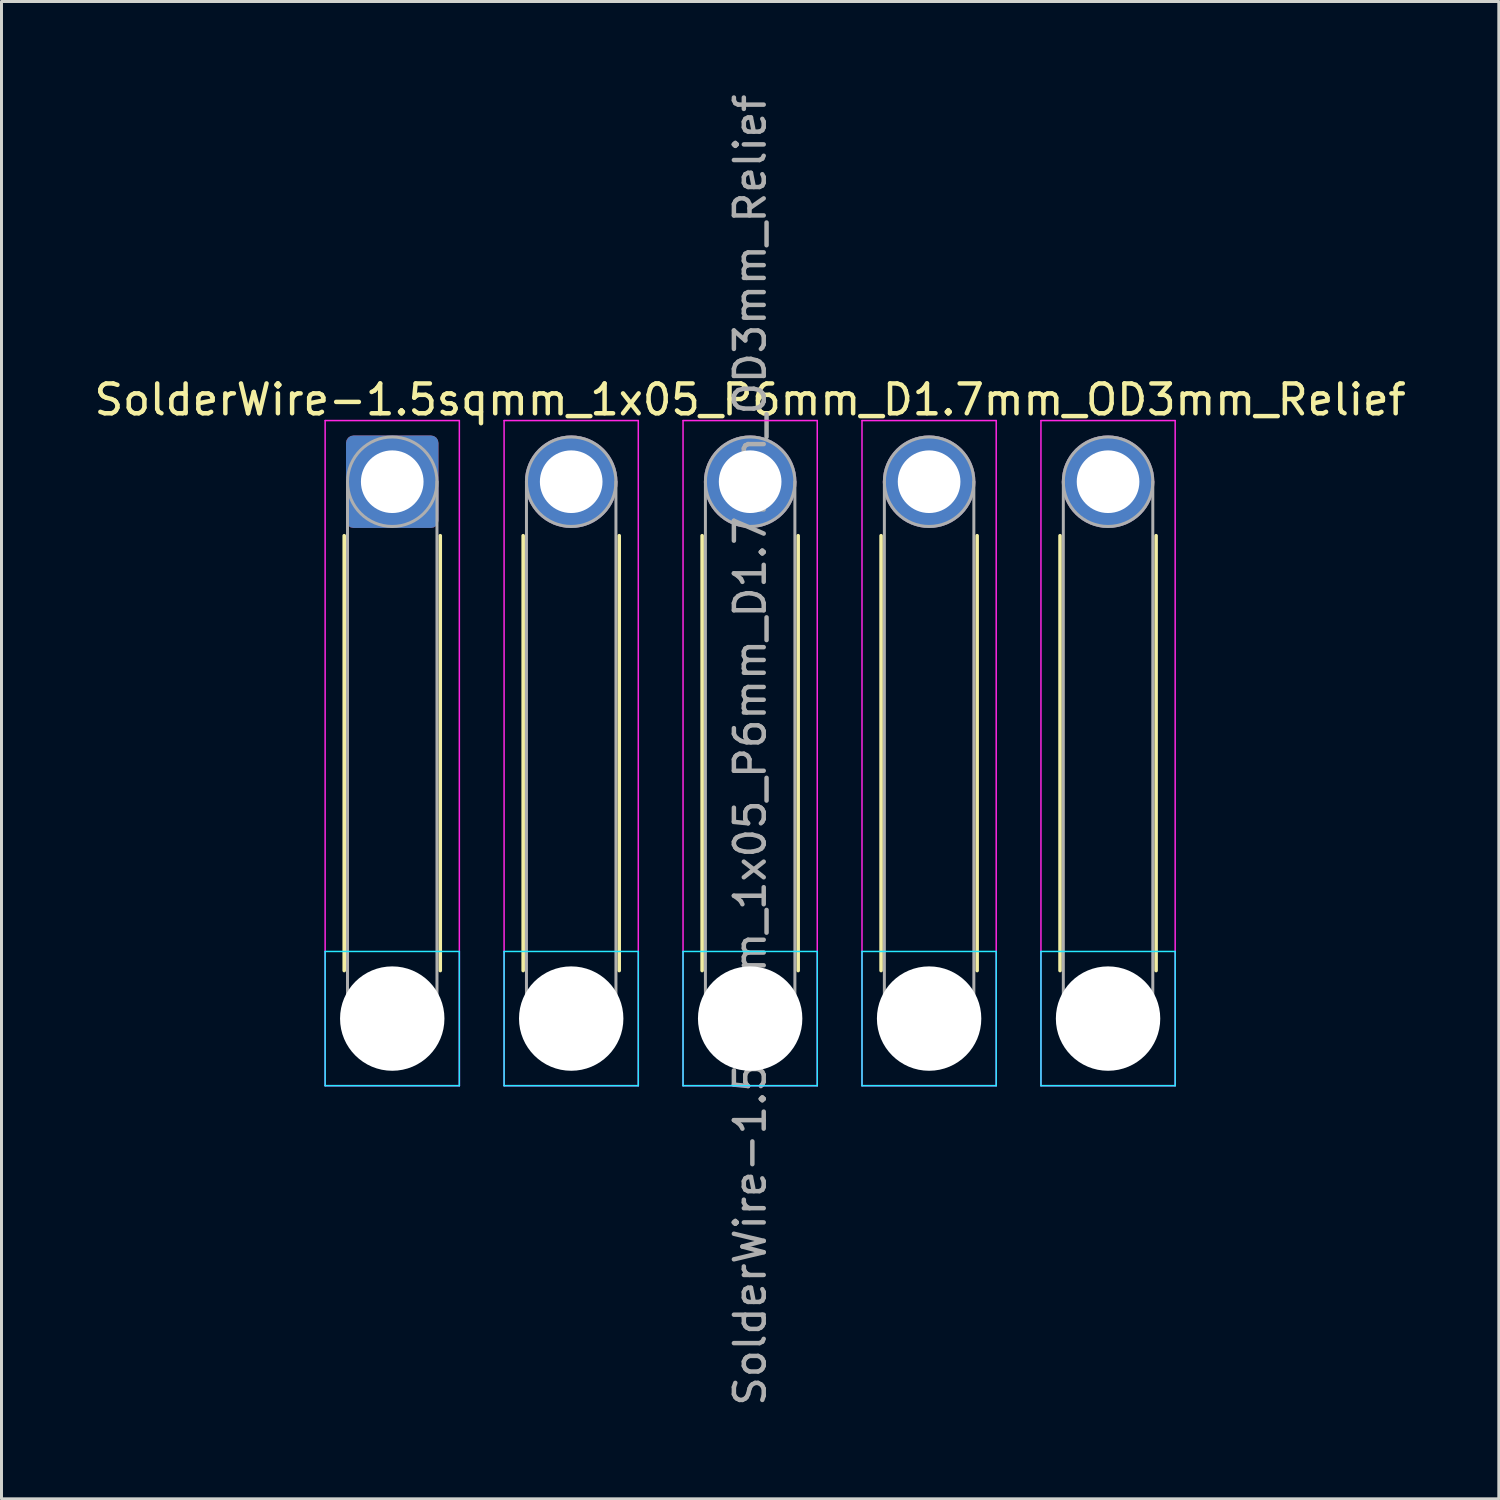
<source format=kicad_pcb>
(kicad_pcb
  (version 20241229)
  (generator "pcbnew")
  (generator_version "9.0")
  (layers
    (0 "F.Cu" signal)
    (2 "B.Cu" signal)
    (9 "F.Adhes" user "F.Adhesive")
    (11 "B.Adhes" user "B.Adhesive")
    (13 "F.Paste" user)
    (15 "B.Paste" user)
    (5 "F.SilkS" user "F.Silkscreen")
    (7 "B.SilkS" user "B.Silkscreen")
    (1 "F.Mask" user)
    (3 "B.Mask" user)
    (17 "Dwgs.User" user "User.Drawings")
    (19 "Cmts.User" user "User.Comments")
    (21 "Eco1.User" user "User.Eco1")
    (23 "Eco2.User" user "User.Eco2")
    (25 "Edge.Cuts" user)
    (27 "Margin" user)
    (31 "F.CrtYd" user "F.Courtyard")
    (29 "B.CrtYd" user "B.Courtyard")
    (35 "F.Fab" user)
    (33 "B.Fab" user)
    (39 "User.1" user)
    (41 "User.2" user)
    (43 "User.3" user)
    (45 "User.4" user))
  (footprint "SolderWire-1.5sqmm_1x05_P6mm_D1.7mm_OD3mm_Relief"
    (layer "F.Cu")
    (at 10.101 13.101)
    (property "Reference" "SolderWire-1.5sqmm_1x05_P6mm_D1.7mm_OD3mm_Relief" (at 12 -2.75 0) (layer "F.SilkS") (effects (font (size 1 1) (thickness 0.15))))
    (attr exclude_from_pos_files exclude_from_bom)
    (fp_line (start -1.61 1.81) (end -1.61 16.39) (stroke (width 0.12) (type solid)) (layer "F.SilkS"))
    (fp_line (start 1.61 1.81) (end 1.61 16.39) (stroke (width 0.12) (type solid)) (layer "F.SilkS"))
    (fp_line (start 4.39 1.81) (end 4.39 16.39) (stroke (width 0.12) (type solid)) (layer "F.SilkS"))
    (fp_line (start 7.61 1.81) (end 7.61 16.39) (stroke (width 0.12) (type solid)) (layer "F.SilkS"))
    (fp_line (start 10.39 1.81) (end 10.39 16.39) (stroke (width 0.12) (type solid)) (layer "F.SilkS"))
    (fp_line (start 13.61 1.81) (end 13.61 16.39) (stroke (width 0.12) (type solid)) (layer "F.SilkS"))
    (fp_line (start 16.39 1.81) (end 16.39 16.39) (stroke (width 0.12) (type solid)) (layer "F.SilkS"))
    (fp_line (start 19.61 1.81) (end 19.61 16.39) (stroke (width 0.12) (type solid)) (layer "F.SilkS"))
    (fp_line (start 22.39 1.81) (end 22.39 16.39) (stroke (width 0.12) (type solid)) (layer "F.SilkS"))
    (fp_line (start 25.61 1.81) (end 25.61 16.39) (stroke (width 0.12) (type solid)) (layer "F.SilkS"))
    (fp_line (start -2.25 15.75) (end -2.25 20.25) (stroke (width 0.05) (type solid)) (layer "B.CrtYd"))
    (fp_line (start -2.25 20.25) (end 2.25 20.25) (stroke (width 0.05) (type solid)) (layer "B.CrtYd"))
    (fp_line (start 2.25 15.75) (end -2.25 15.75) (stroke (width 0.05) (type solid)) (layer "B.CrtYd"))
    (fp_line (start 2.25 20.25) (end 2.25 15.75) (stroke (width 0.05) (type solid)) (layer "B.CrtYd"))
    (fp_line (start 3.75 15.75) (end 3.75 20.25) (stroke (width 0.05) (type solid)) (layer "B.CrtYd"))
    (fp_line (start 3.75 20.25) (end 8.25 20.25) (stroke (width 0.05) (type solid)) (layer "B.CrtYd"))
    (fp_line (start 8.25 15.75) (end 3.75 15.75) (stroke (width 0.05) (type solid)) (layer "B.CrtYd"))
    (fp_line (start 8.25 20.25) (end 8.25 15.75) (stroke (width 0.05) (type solid)) (layer "B.CrtYd"))
    (fp_line (start 9.75 15.75) (end 9.75 20.25) (stroke (width 0.05) (type solid)) (layer "B.CrtYd"))
    (fp_line (start 9.75 20.25) (end 14.25 20.25) (stroke (width 0.05) (type solid)) (layer "B.CrtYd"))
    (fp_line (start 14.25 15.75) (end 9.75 15.75) (stroke (width 0.05) (type solid)) (layer "B.CrtYd"))
    (fp_line (start 14.25 20.25) (end 14.25 15.75) (stroke (width 0.05) (type solid)) (layer "B.CrtYd"))
    (fp_line (start 15.75 15.75) (end 15.75 20.25) (stroke (width 0.05) (type solid)) (layer "B.CrtYd"))
    (fp_line (start 15.75 20.25) (end 20.25 20.25) (stroke (width 0.05) (type solid)) (layer "B.CrtYd"))
    (fp_line (start 20.25 15.75) (end 15.75 15.75) (stroke (width 0.05) (type solid)) (layer "B.CrtYd"))
    (fp_line (start 20.25 20.25) (end 20.25 15.75) (stroke (width 0.05) (type solid)) (layer "B.CrtYd"))
    (fp_line (start 21.75 15.75) (end 21.75 20.25) (stroke (width 0.05) (type solid)) (layer "B.CrtYd"))
    (fp_line (start 21.75 20.25) (end 26.25 20.25) (stroke (width 0.05) (type solid)) (layer "B.CrtYd"))
    (fp_line (start 26.25 15.75) (end 21.75 15.75) (stroke (width 0.05) (type solid)) (layer "B.CrtYd"))
    (fp_line (start 26.25 20.25) (end 26.25 15.75) (stroke (width 0.05) (type solid)) (layer "B.CrtYd"))
    (fp_line (start -2.25 -2.05) (end -2.25 20.25) (stroke (width 0.05) (type solid)) (layer "F.CrtYd"))
    (fp_line (start -2.25 20.25) (end 2.25 20.25) (stroke (width 0.05) (type solid)) (layer "F.CrtYd"))
    (fp_line (start 2.25 -2.05) (end -2.25 -2.05) (stroke (width 0.05) (type solid)) (layer "F.CrtYd"))
    (fp_line (start 2.25 20.25) (end 2.25 -2.05) (stroke (width 0.05) (type solid)) (layer "F.CrtYd"))
    (fp_line (start 3.75 -2.05) (end 3.75 20.25) (stroke (width 0.05) (type solid)) (layer "F.CrtYd"))
    (fp_line (start 3.75 20.25) (end 8.25 20.25) (stroke (width 0.05) (type solid)) (layer "F.CrtYd"))
    (fp_line (start 8.25 -2.05) (end 3.75 -2.05) (stroke (width 0.05) (type solid)) (layer "F.CrtYd"))
    (fp_line (start 8.25 20.25) (end 8.25 -2.05) (stroke (width 0.05) (type solid)) (layer "F.CrtYd"))
    (fp_line (start 9.75 -2.05) (end 9.75 20.25) (stroke (width 0.05) (type solid)) (layer "F.CrtYd"))
    (fp_line (start 9.75 20.25) (end 14.25 20.25) (stroke (width 0.05) (type solid)) (layer "F.CrtYd"))
    (fp_line (start 14.25 -2.05) (end 9.75 -2.05) (stroke (width 0.05) (type solid)) (layer "F.CrtYd"))
    (fp_line (start 14.25 20.25) (end 14.25 -2.05) (stroke (width 0.05) (type solid)) (layer "F.CrtYd"))
    (fp_line (start 15.75 -2.05) (end 15.75 20.25) (stroke (width 0.05) (type solid)) (layer "F.CrtYd"))
    (fp_line (start 15.75 20.25) (end 20.25 20.25) (stroke (width 0.05) (type solid)) (layer "F.CrtYd"))
    (fp_line (start 20.25 -2.05) (end 15.75 -2.05) (stroke (width 0.05) (type solid)) (layer "F.CrtYd"))
    (fp_line (start 20.25 20.25) (end 20.25 -2.05) (stroke (width 0.05) (type solid)) (layer "F.CrtYd"))
    (fp_line (start 21.75 -2.05) (end 21.75 20.25) (stroke (width 0.05) (type solid)) (layer "F.CrtYd"))
    (fp_line (start 21.75 20.25) (end 26.25 20.25) (stroke (width 0.05) (type solid)) (layer "F.CrtYd"))
    (fp_line (start 26.25 -2.05) (end 21.75 -2.05) (stroke (width 0.05) (type solid)) (layer "F.CrtYd"))
    (fp_line (start 26.25 20.25) (end 26.25 -2.05) (stroke (width 0.05) (type solid)) (layer "F.CrtYd"))
    (fp_line (start -1.5 0) (end -1.5 18) (stroke (width 0.1) (type solid)) (layer "F.Fab"))
    (fp_line (start 1.5 0) (end 1.5 18) (stroke (width 0.1) (type solid)) (layer "F.Fab"))
    (fp_line (start 4.5 0) (end 4.5 18) (stroke (width 0.1) (type solid)) (layer "F.Fab"))
    (fp_line (start 7.5 0) (end 7.5 18) (stroke (width 0.1) (type solid)) (layer "F.Fab"))
    (fp_line (start 10.5 0) (end 10.5 18) (stroke (width 0.1) (type solid)) (layer "F.Fab"))
    (fp_line (start 13.5 0) (end 13.5 18) (stroke (width 0.1) (type solid)) (layer "F.Fab"))
    (fp_line (start 16.5 0) (end 16.5 18) (stroke (width 0.1) (type solid)) (layer "F.Fab"))
    (fp_line (start 19.5 0) (end 19.5 18) (stroke (width 0.1) (type solid)) (layer "F.Fab"))
    (fp_line (start 22.5 0) (end 22.5 18) (stroke (width 0.1) (type solid)) (layer "F.Fab"))
    (fp_line (start 25.5 0) (end 25.5 18) (stroke (width 0.1) (type solid)) (layer "F.Fab"))
    (fp_circle (center 0 0) (end 1.5 0) (stroke (width 0.1) (type solid)) (fill no) (layer "F.Fab"))
    (fp_circle (center 0 18) (end 1.5 18) (stroke (width 0.1) (type solid)) (fill no) (layer "F.Fab"))
    (fp_circle (center 6 0) (end 7.5 0) (stroke (width 0.1) (type solid)) (fill no) (layer "F.Fab"))
    (fp_circle (center 6 18) (end 7.5 18) (stroke (width 0.1) (type solid)) (fill no) (layer "F.Fab"))
    (fp_circle (center 12 0) (end 13.5 0) (stroke (width 0.1) (type solid)) (fill no) (layer "F.Fab"))
    (fp_circle (center 12 18) (end 13.5 18) (stroke (width 0.1) (type solid)) (fill no) (layer "F.Fab"))
    (fp_circle (center 18 0) (end 19.5 0) (stroke (width 0.1) (type solid)) (fill no) (layer "F.Fab"))
    (fp_circle (center 18 18) (end 19.5 18) (stroke (width 0.1) (type solid)) (fill no) (layer "F.Fab"))
    (fp_circle (center 24 0) (end 25.5 0) (stroke (width 0.1) (type solid)) (fill no) (layer "F.Fab"))
    (fp_circle (center 24 18) (end 25.5 18) (stroke (width 0.1) (type solid)) (fill no) (layer "F.Fab"))
    (fp_text user "${REFERENCE}" (at 12 9 90) (layer "F.Fab") (effects (font (size 1 1) (thickness 0.15))))
    (pad "" np_thru_hole circle (at 0 18) (size 3.5 3.5) (drill 3.5) (layers "*.Cu" "*.Mask"))
    (pad "" np_thru_hole circle (at 6 18) (size 3.5 3.5) (drill 3.5) (layers "*.Cu" "*.Mask"))
    (pad "" np_thru_hole circle (at 12 18) (size 3.5 3.5) (drill 3.5) (layers "*.Cu" "*.Mask"))
    (pad "" np_thru_hole circle (at 18 18) (size 3.5 3.5) (drill 3.5) (layers "*.Cu" "*.Mask"))
    (pad "" np_thru_hole circle (at 24 18) (size 3.5 3.5) (drill 3.5) (layers "*.Cu" "*.Mask"))
    (pad "1" thru_hole roundrect (at 0 0) (size 3.1 3.1) (drill 2.1) (layers "*.Cu" "*.Mask") (roundrect_rratio 0.081))
    (pad "2" thru_hole circle (at 6 0) (size 3.1 3.1) (drill 2.1) (layers "*.Cu" "*.Mask"))
    (pad "3" thru_hole circle (at 12 0) (size 3.1 3.1) (drill 2.1) (layers "*.Cu" "*.Mask"))
    (pad "4" thru_hole circle (at 18 0) (size 3.1 3.1) (drill 2.1) (layers "*.Cu" "*.Mask"))
    (pad "5" thru_hole circle (at 24 0) (size 3.1 3.1) (drill 2.1) (layers "*.Cu" "*.Mask")))
  (gr_rect
    (start -3 -3)
    (end 47.202 47.202)
    (stroke (width 0.1) (type default))
    (fill no)
    (layer "Edge.Cuts")))
</source>
